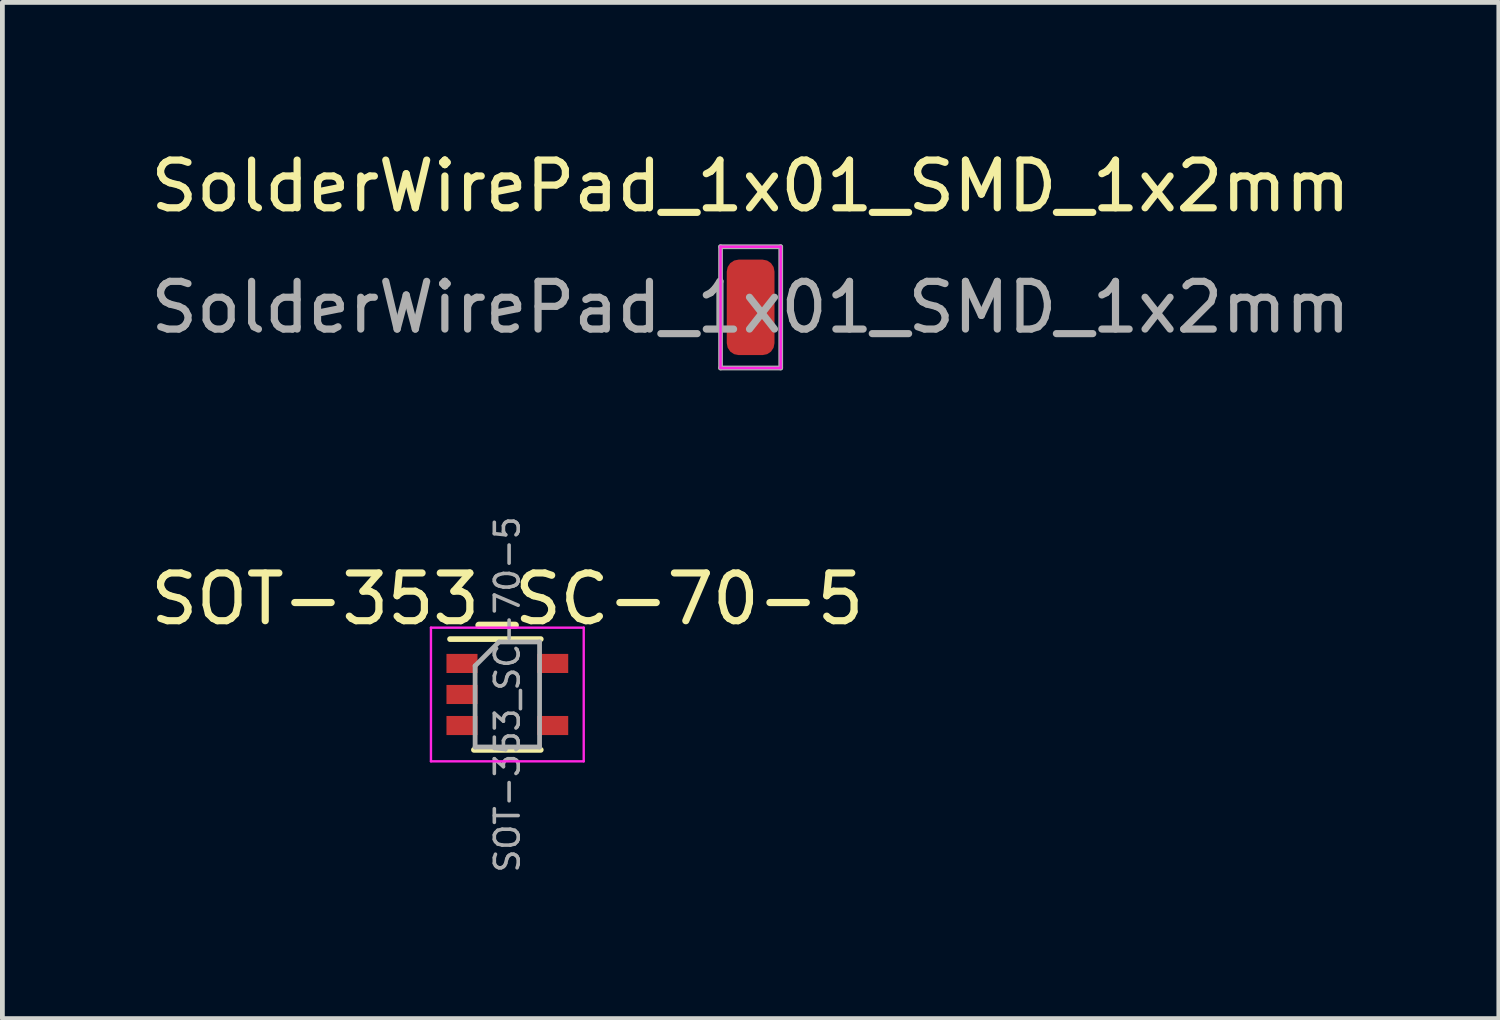
<source format=kicad_pcb>
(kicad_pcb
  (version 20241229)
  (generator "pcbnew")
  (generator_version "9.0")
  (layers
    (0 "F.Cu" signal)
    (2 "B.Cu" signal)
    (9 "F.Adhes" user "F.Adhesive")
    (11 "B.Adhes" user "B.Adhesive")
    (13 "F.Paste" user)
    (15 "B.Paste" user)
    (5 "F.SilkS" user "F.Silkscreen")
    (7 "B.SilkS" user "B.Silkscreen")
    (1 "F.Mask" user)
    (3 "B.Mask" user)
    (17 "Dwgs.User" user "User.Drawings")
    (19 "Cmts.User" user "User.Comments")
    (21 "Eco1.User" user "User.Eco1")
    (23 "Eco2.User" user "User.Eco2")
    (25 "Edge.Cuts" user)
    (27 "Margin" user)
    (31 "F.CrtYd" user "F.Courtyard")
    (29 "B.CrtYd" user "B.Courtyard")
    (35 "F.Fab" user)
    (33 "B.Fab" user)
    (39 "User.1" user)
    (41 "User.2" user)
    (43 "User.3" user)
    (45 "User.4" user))
  (footprint "SolderWirePad_1x01_SMD_1x2mm"
    (layer "F.Cu")
    (at 12.673 3.388)
    (property "Reference" "SolderWirePad_1x01_SMD_1x2mm" (at 0 -2.54 0) (layer "F.SilkS") (effects (font (size 1 1) (thickness 0.15))))
    (attr exclude_from_pos_files exclude_from_bom)
    (fp_line (start -0.63 -1.27) (end -0.63 1.27) (stroke (width 0.05) (type solid)) (layer "F.CrtYd"))
    (fp_line (start -0.63 1.27) (end 0.63 1.27) (stroke (width 0.05) (type solid)) (layer "F.CrtYd"))
    (fp_line (start 0.63 -1.27) (end -0.63 -1.27) (stroke (width 0.05) (type solid)) (layer "F.CrtYd"))
    (fp_line (start 0.63 1.27) (end 0.63 -1.27) (stroke (width 0.05) (type solid)) (layer "F.CrtYd"))
    (fp_line (start -0.63 -1.27) (end 0.63 -1.27) (stroke (width 0.1) (type solid)) (layer "F.Fab"))
    (fp_line (start -0.63 1.27) (end -0.63 -1.27) (stroke (width 0.1) (type solid)) (layer "F.Fab"))
    (fp_line (start 0.63 -1.27) (end 0.63 1.27) (stroke (width 0.1) (type solid)) (layer "F.Fab"))
    (fp_line (start 0.63 1.27) (end -0.63 1.27) (stroke (width 0.1) (type solid)) (layer "F.Fab"))
    (fp_text user "${REFERENCE}" (at 0 0 0) (layer "F.Fab") (effects (font (size 1 1) (thickness 0.15))))
    (pad "1" smd roundrect (at 0 0) (size 1 2) (layers "F.Cu" "F.Mask" "F.Paste") (roundrect_rratio 0.25)))
  (footprint "SOT-353_SC-70-5"
    (layer "F.Cu")
    (at 7.577 11.497)
    (property "Reference" "SOT-353_SC-70-5" (at 0 -2 0) (layer "F.SilkS") (effects (font (size 1 1) (thickness 0.15))))
    (attr smd)
    (fp_line (start -0.7 1.16) (end 0.7 1.16) (stroke (width 0.12) (type solid)) (layer "F.SilkS"))
    (fp_line (start 0.7 -1.16) (end -1.2 -1.16) (stroke (width 0.12) (type solid)) (layer "F.SilkS"))
    (fp_line (start -1.6 -1.4) (end -1.6 1.4) (stroke (width 0.05) (type solid)) (layer "F.CrtYd"))
    (fp_line (start -1.6 -1.4) (end 1.6 -1.4) (stroke (width 0.05) (type solid)) (layer "F.CrtYd"))
    (fp_line (start -1.6 1.4) (end 1.6 1.4) (stroke (width 0.05) (type solid)) (layer "F.CrtYd"))
    (fp_line (start 1.6 1.4) (end 1.6 -1.4) (stroke (width 0.05) (type solid)) (layer "F.CrtYd"))
    (fp_line (start -0.675 -0.6) (end -0.675 1.1) (stroke (width 0.1) (type solid)) (layer "F.Fab"))
    (fp_line (start -0.175 -1.1) (end -0.675 -0.6) (stroke (width 0.1) (type solid)) (layer "F.Fab"))
    (fp_line (start 0.675 -1.1) (end -0.175 -1.1) (stroke (width 0.1) (type solid)) (layer "F.Fab"))
    (fp_line (start 0.675 -1.1) (end 0.675 1.1) (stroke (width 0.1) (type solid)) (layer "F.Fab"))
    (fp_line (start 0.675 1.1) (end -0.675 1.1) (stroke (width 0.1) (type solid)) (layer "F.Fab"))
    (fp_text user "${REFERENCE}" (at 0 0 90) (layer "F.Fab") (effects (font (size 0.5 0.5) (thickness 0.075))))
    (pad "1" smd rect (at -0.95 -0.65) (size 0.65 0.4) (layers "F.Cu" "F.Mask" "F.Paste"))
    (pad "2" smd rect (at -0.95 0) (size 0.65 0.4) (layers "F.Cu" "F.Mask" "F.Paste"))
    (pad "3" smd rect (at -0.95 0.65) (size 0.65 0.4) (layers "F.Cu" "F.Mask" "F.Paste"))
    (pad "4" smd rect (at 0.95 0.65) (size 0.65 0.4) (layers "F.Cu" "F.Mask" "F.Paste"))
    (pad "5" smd rect (at 0.95 -0.65) (size 0.65 0.4) (layers "F.Cu" "F.Mask" "F.Paste")))
  (gr_rect
    (start -3 -3)
    (end 28.345 18.286)
    (stroke (width 0.1) (type default))
    (fill no)
    (layer "Edge.Cuts")))
</source>
